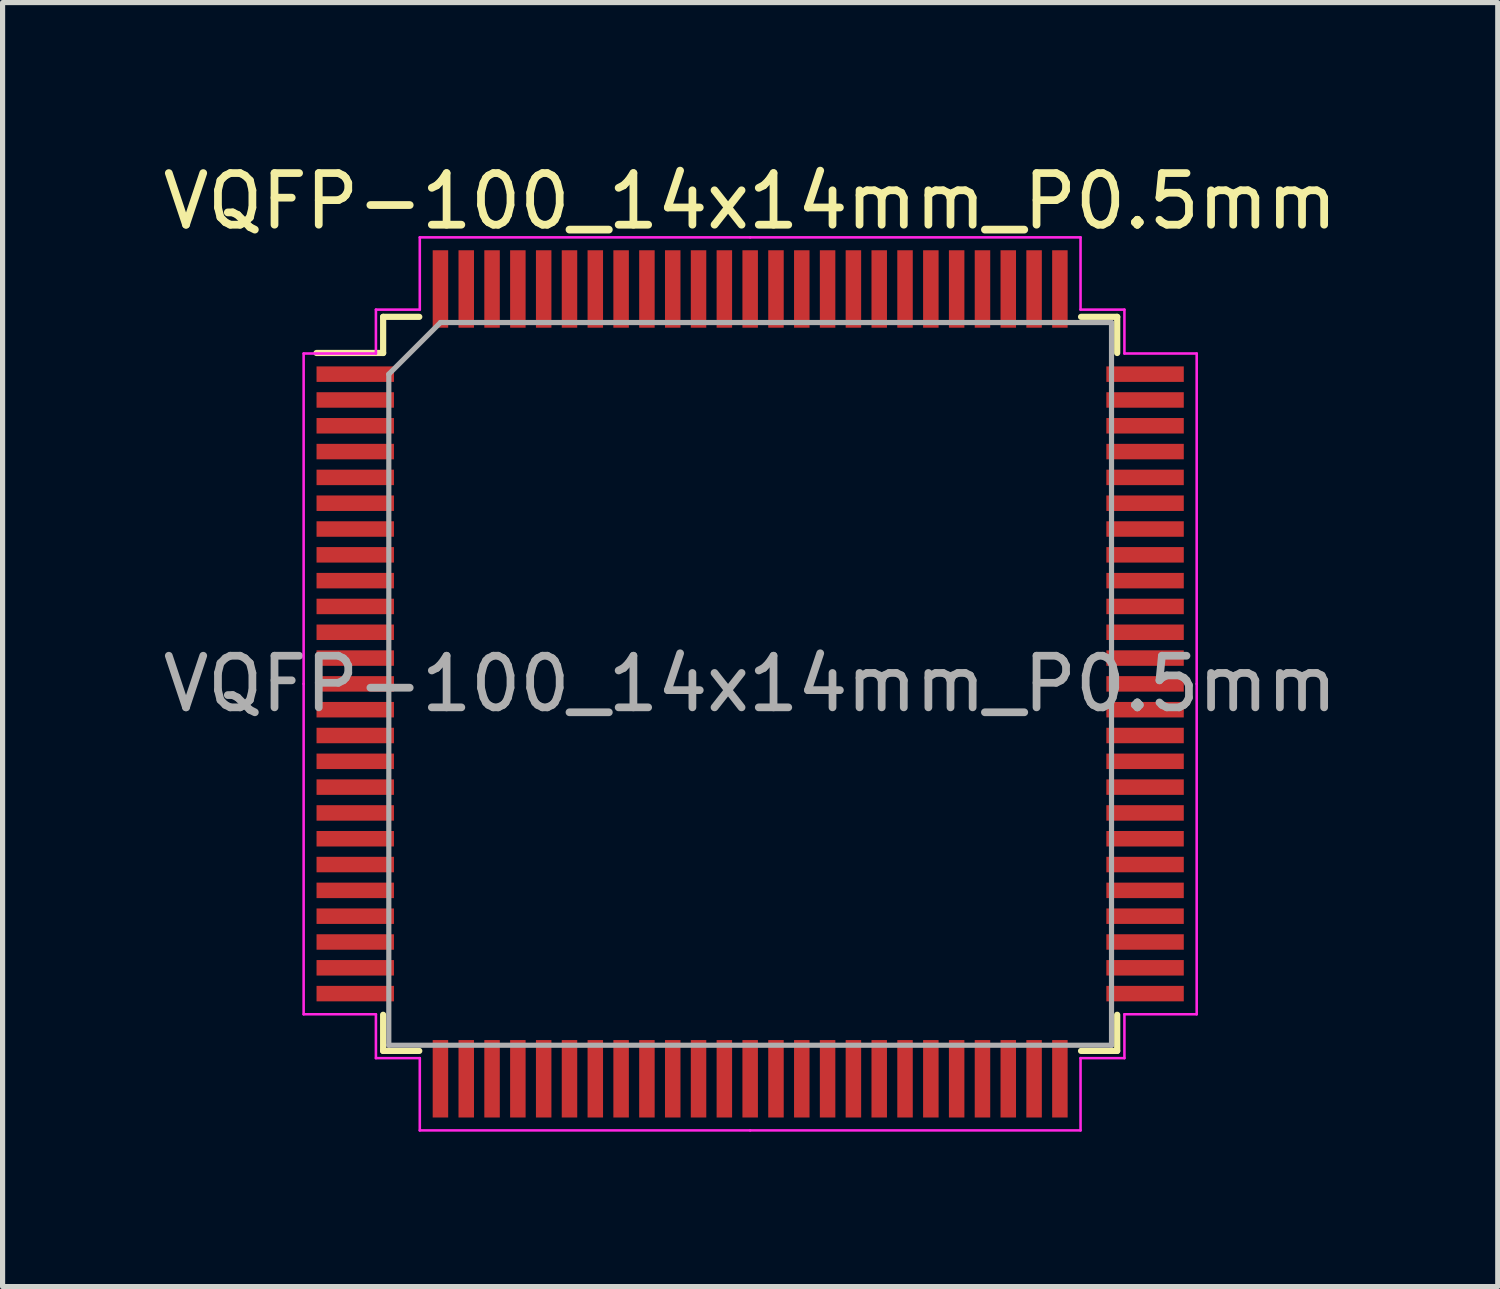
<source format=kicad_pcb>
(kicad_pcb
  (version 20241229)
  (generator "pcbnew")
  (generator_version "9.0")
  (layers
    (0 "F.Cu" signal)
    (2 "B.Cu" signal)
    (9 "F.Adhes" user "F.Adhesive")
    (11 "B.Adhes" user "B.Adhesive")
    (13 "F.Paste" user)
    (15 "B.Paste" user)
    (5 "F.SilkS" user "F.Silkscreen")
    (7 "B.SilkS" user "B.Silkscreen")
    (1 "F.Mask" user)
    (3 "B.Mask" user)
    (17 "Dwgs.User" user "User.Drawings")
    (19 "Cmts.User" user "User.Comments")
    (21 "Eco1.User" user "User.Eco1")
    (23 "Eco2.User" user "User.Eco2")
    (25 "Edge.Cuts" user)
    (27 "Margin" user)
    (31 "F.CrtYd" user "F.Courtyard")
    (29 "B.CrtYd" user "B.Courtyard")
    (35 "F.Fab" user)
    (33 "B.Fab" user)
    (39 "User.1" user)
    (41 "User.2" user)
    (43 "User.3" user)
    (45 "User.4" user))
  (footprint "VQFP-100_14x14mm_P0.5mm"
    (layer "F.Cu")
    (at 11.482 10.198)
    (property "Reference" "VQFP-100_14x14mm_P0.5mm" (at 0 -9.35 0) (layer "F.SilkS") (effects (font (size 1 1) (thickness 0.15))))
    (attr smd)
    (fp_line (start -7.11 -7.11) (end -7.11 -6.41) (stroke (width 0.12) (type solid)) (layer "F.SilkS"))
    (fp_line (start -7.11 -6.41) (end -8.4 -6.41) (stroke (width 0.12) (type solid)) (layer "F.SilkS"))
    (fp_line (start -7.11 7.11) (end -7.11 6.41) (stroke (width 0.12) (type solid)) (layer "F.SilkS"))
    (fp_line (start -6.41 -7.11) (end -7.11 -7.11) (stroke (width 0.12) (type solid)) (layer "F.SilkS"))
    (fp_line (start -6.41 7.11) (end -7.11 7.11) (stroke (width 0.12) (type solid)) (layer "F.SilkS"))
    (fp_line (start 6.41 -7.11) (end 7.11 -7.11) (stroke (width 0.12) (type solid)) (layer "F.SilkS"))
    (fp_line (start 6.41 7.11) (end 7.11 7.11) (stroke (width 0.12) (type solid)) (layer "F.SilkS"))
    (fp_line (start 7.11 -7.11) (end 7.11 -6.41) (stroke (width 0.12) (type solid)) (layer "F.SilkS"))
    (fp_line (start 7.11 7.11) (end 7.11 6.41) (stroke (width 0.12) (type solid)) (layer "F.SilkS"))
    (fp_line (start -8.65 -6.4) (end -8.65 0) (stroke (width 0.05) (type solid)) (layer "F.CrtYd"))
    (fp_line (start -8.65 6.4) (end -8.65 0) (stroke (width 0.05) (type solid)) (layer "F.CrtYd"))
    (fp_line (start -7.25 -7.25) (end -7.25 -6.4) (stroke (width 0.05) (type solid)) (layer "F.CrtYd"))
    (fp_line (start -7.25 -6.4) (end -8.65 -6.4) (stroke (width 0.05) (type solid)) (layer "F.CrtYd"))
    (fp_line (start -7.25 6.4) (end -8.65 6.4) (stroke (width 0.05) (type solid)) (layer "F.CrtYd"))
    (fp_line (start -7.25 7.25) (end -7.25 6.4) (stroke (width 0.05) (type solid)) (layer "F.CrtYd"))
    (fp_line (start -6.4 -8.65) (end -6.4 -7.25) (stroke (width 0.05) (type solid)) (layer "F.CrtYd"))
    (fp_line (start -6.4 -7.25) (end -7.25 -7.25) (stroke (width 0.05) (type solid)) (layer "F.CrtYd"))
    (fp_line (start -6.4 7.25) (end -7.25 7.25) (stroke (width 0.05) (type solid)) (layer "F.CrtYd"))
    (fp_line (start -6.4 8.65) (end -6.4 7.25) (stroke (width 0.05) (type solid)) (layer "F.CrtYd"))
    (fp_line (start 0 -8.65) (end -6.4 -8.65) (stroke (width 0.05) (type solid)) (layer "F.CrtYd"))
    (fp_line (start 0 -8.65) (end 6.4 -8.65) (stroke (width 0.05) (type solid)) (layer "F.CrtYd"))
    (fp_line (start 0 8.65) (end -6.4 8.65) (stroke (width 0.05) (type solid)) (layer "F.CrtYd"))
    (fp_line (start 0 8.65) (end 6.4 8.65) (stroke (width 0.05) (type solid)) (layer "F.CrtYd"))
    (fp_line (start 6.4 -8.65) (end 6.4 -7.25) (stroke (width 0.05) (type solid)) (layer "F.CrtYd"))
    (fp_line (start 6.4 -7.25) (end 7.25 -7.25) (stroke (width 0.05) (type solid)) (layer "F.CrtYd"))
    (fp_line (start 6.4 7.25) (end 7.25 7.25) (stroke (width 0.05) (type solid)) (layer "F.CrtYd"))
    (fp_line (start 6.4 8.65) (end 6.4 7.25) (stroke (width 0.05) (type solid)) (layer "F.CrtYd"))
    (fp_line (start 7.25 -7.25) (end 7.25 -6.4) (stroke (width 0.05) (type solid)) (layer "F.CrtYd"))
    (fp_line (start 7.25 -6.4) (end 8.65 -6.4) (stroke (width 0.05) (type solid)) (layer "F.CrtYd"))
    (fp_line (start 7.25 6.4) (end 8.65 6.4) (stroke (width 0.05) (type solid)) (layer "F.CrtYd"))
    (fp_line (start 7.25 7.25) (end 7.25 6.4) (stroke (width 0.05) (type solid)) (layer "F.CrtYd"))
    (fp_line (start 8.65 -6.4) (end 8.65 0) (stroke (width 0.05) (type solid)) (layer "F.CrtYd"))
    (fp_line (start 8.65 6.4) (end 8.65 0) (stroke (width 0.05) (type solid)) (layer "F.CrtYd"))
    (fp_line (start -7 -6) (end -6 -7) (stroke (width 0.1) (type solid)) (layer "F.Fab"))
    (fp_line (start -7 7) (end -7 -6) (stroke (width 0.1) (type solid)) (layer "F.Fab"))
    (fp_line (start -6 -7) (end 7 -7) (stroke (width 0.1) (type solid)) (layer "F.Fab"))
    (fp_line (start 7 -7) (end 7 7) (stroke (width 0.1) (type solid)) (layer "F.Fab"))
    (fp_line (start 7 7) (end -7 7) (stroke (width 0.1) (type solid)) (layer "F.Fab"))
    (fp_text user "${REFERENCE}" (at 0 0 0) (layer "F.Fab") (effects (font (size 1 1) (thickness 0.15))))
    (pad "1" smd rect (at -7.65 -6) (size 1.5 0.3) (layers "F.Cu" "F.Mask" "F.Paste"))
    (pad "2" smd rect (at -7.65 -5.5) (size 1.5 0.3) (layers "F.Cu" "F.Mask" "F.Paste"))
    (pad "3" smd rect (at -7.65 -5) (size 1.5 0.3) (layers "F.Cu" "F.Mask" "F.Paste"))
    (pad "4" smd rect (at -7.65 -4.5) (size 1.5 0.3) (layers "F.Cu" "F.Mask" "F.Paste"))
    (pad "5" smd rect (at -7.65 -4) (size 1.5 0.3) (layers "F.Cu" "F.Mask" "F.Paste"))
    (pad "6" smd rect (at -7.65 -3.5) (size 1.5 0.3) (layers "F.Cu" "F.Mask" "F.Paste"))
    (pad "7" smd rect (at -7.65 -3) (size 1.5 0.3) (layers "F.Cu" "F.Mask" "F.Paste"))
    (pad "8" smd rect (at -7.65 -2.5) (size 1.5 0.3) (layers "F.Cu" "F.Mask" "F.Paste"))
    (pad "9" smd rect (at -7.65 -2) (size 1.5 0.3) (layers "F.Cu" "F.Mask" "F.Paste"))
    (pad "10" smd rect (at -7.65 -1.5) (size 1.5 0.3) (layers "F.Cu" "F.Mask" "F.Paste"))
    (pad "11" smd rect (at -7.65 -1) (size 1.5 0.3) (layers "F.Cu" "F.Mask" "F.Paste"))
    (pad "12" smd rect (at -7.65 -0.5) (size 1.5 0.3) (layers "F.Cu" "F.Mask" "F.Paste"))
    (pad "13" smd rect (at -7.65 0) (size 1.5 0.3) (layers "F.Cu" "F.Mask" "F.Paste"))
    (pad "14" smd rect (at -7.65 0.5) (size 1.5 0.3) (layers "F.Cu" "F.Mask" "F.Paste"))
    (pad "15" smd rect (at -7.65 1) (size 1.5 0.3) (layers "F.Cu" "F.Mask" "F.Paste"))
    (pad "16" smd rect (at -7.65 1.5) (size 1.5 0.3) (layers "F.Cu" "F.Mask" "F.Paste"))
    (pad "17" smd rect (at -7.65 2) (size 1.5 0.3) (layers "F.Cu" "F.Mask" "F.Paste"))
    (pad "18" smd rect (at -7.65 2.5) (size 1.5 0.3) (layers "F.Cu" "F.Mask" "F.Paste"))
    (pad "19" smd rect (at -7.65 3) (size 1.5 0.3) (layers "F.Cu" "F.Mask" "F.Paste"))
    (pad "20" smd rect (at -7.65 3.5) (size 1.5 0.3) (layers "F.Cu" "F.Mask" "F.Paste"))
    (pad "21" smd rect (at -7.65 4) (size 1.5 0.3) (layers "F.Cu" "F.Mask" "F.Paste"))
    (pad "22" smd rect (at -7.65 4.5) (size 1.5 0.3) (layers "F.Cu" "F.Mask" "F.Paste"))
    (pad "23" smd rect (at -7.65 5) (size 1.5 0.3) (layers "F.Cu" "F.Mask" "F.Paste"))
    (pad "24" smd rect (at -7.65 5.5) (size 1.5 0.3) (layers "F.Cu" "F.Mask" "F.Paste"))
    (pad "25" smd rect (at -7.65 6) (size 1.5 0.3) (layers "F.Cu" "F.Mask" "F.Paste"))
    (pad "26" smd rect (at -6 7.65) (size 0.3 1.5) (layers "F.Cu" "F.Mask" "F.Paste"))
    (pad "27" smd rect (at -5.5 7.65) (size 0.3 1.5) (layers "F.Cu" "F.Mask" "F.Paste"))
    (pad "28" smd rect (at -5 7.65) (size 0.3 1.5) (layers "F.Cu" "F.Mask" "F.Paste"))
    (pad "29" smd rect (at -4.5 7.65) (size 0.3 1.5) (layers "F.Cu" "F.Mask" "F.Paste"))
    (pad "30" smd rect (at -4 7.65) (size 0.3 1.5) (layers "F.Cu" "F.Mask" "F.Paste"))
    (pad "31" smd rect (at -3.5 7.65) (size 0.3 1.5) (layers "F.Cu" "F.Mask" "F.Paste"))
    (pad "32" smd rect (at -3 7.65) (size 0.3 1.5) (layers "F.Cu" "F.Mask" "F.Paste"))
    (pad "33" smd rect (at -2.5 7.65) (size 0.3 1.5) (layers "F.Cu" "F.Mask" "F.Paste"))
    (pad "34" smd rect (at -2 7.65) (size 0.3 1.5) (layers "F.Cu" "F.Mask" "F.Paste"))
    (pad "35" smd rect (at -1.5 7.65) (size 0.3 1.5) (layers "F.Cu" "F.Mask" "F.Paste"))
    (pad "36" smd rect (at -1 7.65) (size 0.3 1.5) (layers "F.Cu" "F.Mask" "F.Paste"))
    (pad "37" smd rect (at -0.5 7.65) (size 0.3 1.5) (layers "F.Cu" "F.Mask" "F.Paste"))
    (pad "38" smd rect (at 0 7.65) (size 0.3 1.5) (layers "F.Cu" "F.Mask" "F.Paste"))
    (pad "39" smd rect (at 0.5 7.65) (size 0.3 1.5) (layers "F.Cu" "F.Mask" "F.Paste"))
    (pad "40" smd rect (at 1 7.65) (size 0.3 1.5) (layers "F.Cu" "F.Mask" "F.Paste"))
    (pad "41" smd rect (at 1.5 7.65) (size 0.3 1.5) (layers "F.Cu" "F.Mask" "F.Paste"))
    (pad "42" smd rect (at 2 7.65) (size 0.3 1.5) (layers "F.Cu" "F.Mask" "F.Paste"))
    (pad "43" smd rect (at 2.5 7.65) (size 0.3 1.5) (layers "F.Cu" "F.Mask" "F.Paste"))
    (pad "44" smd rect (at 3 7.65) (size 0.3 1.5) (layers "F.Cu" "F.Mask" "F.Paste"))
    (pad "45" smd rect (at 3.5 7.65) (size 0.3 1.5) (layers "F.Cu" "F.Mask" "F.Paste"))
    (pad "46" smd rect (at 4 7.65) (size 0.3 1.5) (layers "F.Cu" "F.Mask" "F.Paste"))
    (pad "47" smd rect (at 4.5 7.65) (size 0.3 1.5) (layers "F.Cu" "F.Mask" "F.Paste"))
    (pad "48" smd rect (at 5 7.65) (size 0.3 1.5) (layers "F.Cu" "F.Mask" "F.Paste"))
    (pad "49" smd rect (at 5.5 7.65) (size 0.3 1.5) (layers "F.Cu" "F.Mask" "F.Paste"))
    (pad "50" smd rect (at 6 7.65) (size 0.3 1.5) (layers "F.Cu" "F.Mask" "F.Paste"))
    (pad "51" smd rect (at 7.65 6) (size 1.5 0.3) (layers "F.Cu" "F.Mask" "F.Paste"))
    (pad "52" smd rect (at 7.65 5.5) (size 1.5 0.3) (layers "F.Cu" "F.Mask" "F.Paste"))
    (pad "53" smd rect (at 7.65 5) (size 1.5 0.3) (layers "F.Cu" "F.Mask" "F.Paste"))
    (pad "54" smd rect (at 7.65 4.5) (size 1.5 0.3) (layers "F.Cu" "F.Mask" "F.Paste"))
    (pad "55" smd rect (at 7.65 4) (size 1.5 0.3) (layers "F.Cu" "F.Mask" "F.Paste"))
    (pad "56" smd rect (at 7.65 3.5) (size 1.5 0.3) (layers "F.Cu" "F.Mask" "F.Paste"))
    (pad "57" smd rect (at 7.65 3) (size 1.5 0.3) (layers "F.Cu" "F.Mask" "F.Paste"))
    (pad "58" smd rect (at 7.65 2.5) (size 1.5 0.3) (layers "F.Cu" "F.Mask" "F.Paste"))
    (pad "59" smd rect (at 7.65 2) (size 1.5 0.3) (layers "F.Cu" "F.Mask" "F.Paste"))
    (pad "60" smd rect (at 7.65 1.5) (size 1.5 0.3) (layers "F.Cu" "F.Mask" "F.Paste"))
    (pad "61" smd rect (at 7.65 1) (size 1.5 0.3) (layers "F.Cu" "F.Mask" "F.Paste"))
    (pad "62" smd rect (at 7.65 0.5) (size 1.5 0.3) (layers "F.Cu" "F.Mask" "F.Paste"))
    (pad "63" smd rect (at 7.65 0) (size 1.5 0.3) (layers "F.Cu" "F.Mask" "F.Paste"))
    (pad "64" smd rect (at 7.65 -0.5) (size 1.5 0.3) (layers "F.Cu" "F.Mask" "F.Paste"))
    (pad "65" smd rect (at 7.65 -1) (size 1.5 0.3) (layers "F.Cu" "F.Mask" "F.Paste"))
    (pad "66" smd rect (at 7.65 -1.5) (size 1.5 0.3) (layers "F.Cu" "F.Mask" "F.Paste"))
    (pad "67" smd rect (at 7.65 -2) (size 1.5 0.3) (layers "F.Cu" "F.Mask" "F.Paste"))
    (pad "68" smd rect (at 7.65 -2.5) (size 1.5 0.3) (layers "F.Cu" "F.Mask" "F.Paste"))
    (pad "69" smd rect (at 7.65 -3) (size 1.5 0.3) (layers "F.Cu" "F.Mask" "F.Paste"))
    (pad "70" smd rect (at 7.65 -3.5) (size 1.5 0.3) (layers "F.Cu" "F.Mask" "F.Paste"))
    (pad "71" smd rect (at 7.65 -4) (size 1.5 0.3) (layers "F.Cu" "F.Mask" "F.Paste"))
    (pad "72" smd rect (at 7.65 -4.5) (size 1.5 0.3) (layers "F.Cu" "F.Mask" "F.Paste"))
    (pad "73" smd rect (at 7.65 -5) (size 1.5 0.3) (layers "F.Cu" "F.Mask" "F.Paste"))
    (pad "74" smd rect (at 7.65 -5.5) (size 1.5 0.3) (layers "F.Cu" "F.Mask" "F.Paste"))
    (pad "75" smd rect (at 7.65 -6) (size 1.5 0.3) (layers "F.Cu" "F.Mask" "F.Paste"))
    (pad "76" smd rect (at 6 -7.65) (size 0.3 1.5) (layers "F.Cu" "F.Mask" "F.Paste"))
    (pad "77" smd rect (at 5.5 -7.65) (size 0.3 1.5) (layers "F.Cu" "F.Mask" "F.Paste"))
    (pad "78" smd rect (at 5 -7.65) (size 0.3 1.5) (layers "F.Cu" "F.Mask" "F.Paste"))
    (pad "79" smd rect (at 4.5 -7.65) (size 0.3 1.5) (layers "F.Cu" "F.Mask" "F.Paste"))
    (pad "80" smd rect (at 4 -7.65) (size 0.3 1.5) (layers "F.Cu" "F.Mask" "F.Paste"))
    (pad "81" smd rect (at 3.5 -7.65) (size 0.3 1.5) (layers "F.Cu" "F.Mask" "F.Paste"))
    (pad "82" smd rect (at 3 -7.65) (size 0.3 1.5) (layers "F.Cu" "F.Mask" "F.Paste"))
    (pad "83" smd rect (at 2.5 -7.65) (size 0.3 1.5) (layers "F.Cu" "F.Mask" "F.Paste"))
    (pad "84" smd rect (at 2 -7.65) (size 0.3 1.5) (layers "F.Cu" "F.Mask" "F.Paste"))
    (pad "85" smd rect (at 1.5 -7.65) (size 0.3 1.5) (layers "F.Cu" "F.Mask" "F.Paste"))
    (pad "86" smd rect (at 1 -7.65) (size 0.3 1.5) (layers "F.Cu" "F.Mask" "F.Paste"))
    (pad "87" smd rect (at 0.5 -7.65) (size 0.3 1.5) (layers "F.Cu" "F.Mask" "F.Paste"))
    (pad "88" smd rect (at 0 -7.65) (size 0.3 1.5) (layers "F.Cu" "F.Mask" "F.Paste"))
    (pad "89" smd rect (at -0.5 -7.65) (size 0.3 1.5) (layers "F.Cu" "F.Mask" "F.Paste"))
    (pad "90" smd rect (at -1 -7.65) (size 0.3 1.5) (layers "F.Cu" "F.Mask" "F.Paste"))
    (pad "91" smd rect (at -1.5 -7.65) (size 0.3 1.5) (layers "F.Cu" "F.Mask" "F.Paste"))
    (pad "92" smd rect (at -2 -7.65) (size 0.3 1.5) (layers "F.Cu" "F.Mask" "F.Paste"))
    (pad "93" smd rect (at -2.5 -7.65) (size 0.3 1.5) (layers "F.Cu" "F.Mask" "F.Paste"))
    (pad "94" smd rect (at -3 -7.65) (size 0.3 1.5) (layers "F.Cu" "F.Mask" "F.Paste"))
    (pad "95" smd rect (at -3.5 -7.65) (size 0.3 1.5) (layers "F.Cu" "F.Mask" "F.Paste"))
    (pad "96" smd rect (at -4 -7.65) (size 0.3 1.5) (layers "F.Cu" "F.Mask" "F.Paste"))
    (pad "97" smd rect (at -4.5 -7.65) (size 0.3 1.5) (layers "F.Cu" "F.Mask" "F.Paste"))
    (pad "98" smd rect (at -5 -7.65) (size 0.3 1.5) (layers "F.Cu" "F.Mask" "F.Paste"))
    (pad "99" smd rect (at -5.5 -7.65) (size 0.3 1.5) (layers "F.Cu" "F.Mask" "F.Paste"))
    (pad "100" smd rect (at -6 -7.65) (size 0.3 1.5) (layers "F.Cu" "F.Mask" "F.Paste")))
  (gr_rect
    (start -3 -3)
    (end 25.964 21.873)
    (stroke (width 0.1) (type default))
    (fill no)
    (layer "Edge.Cuts")))
</source>
